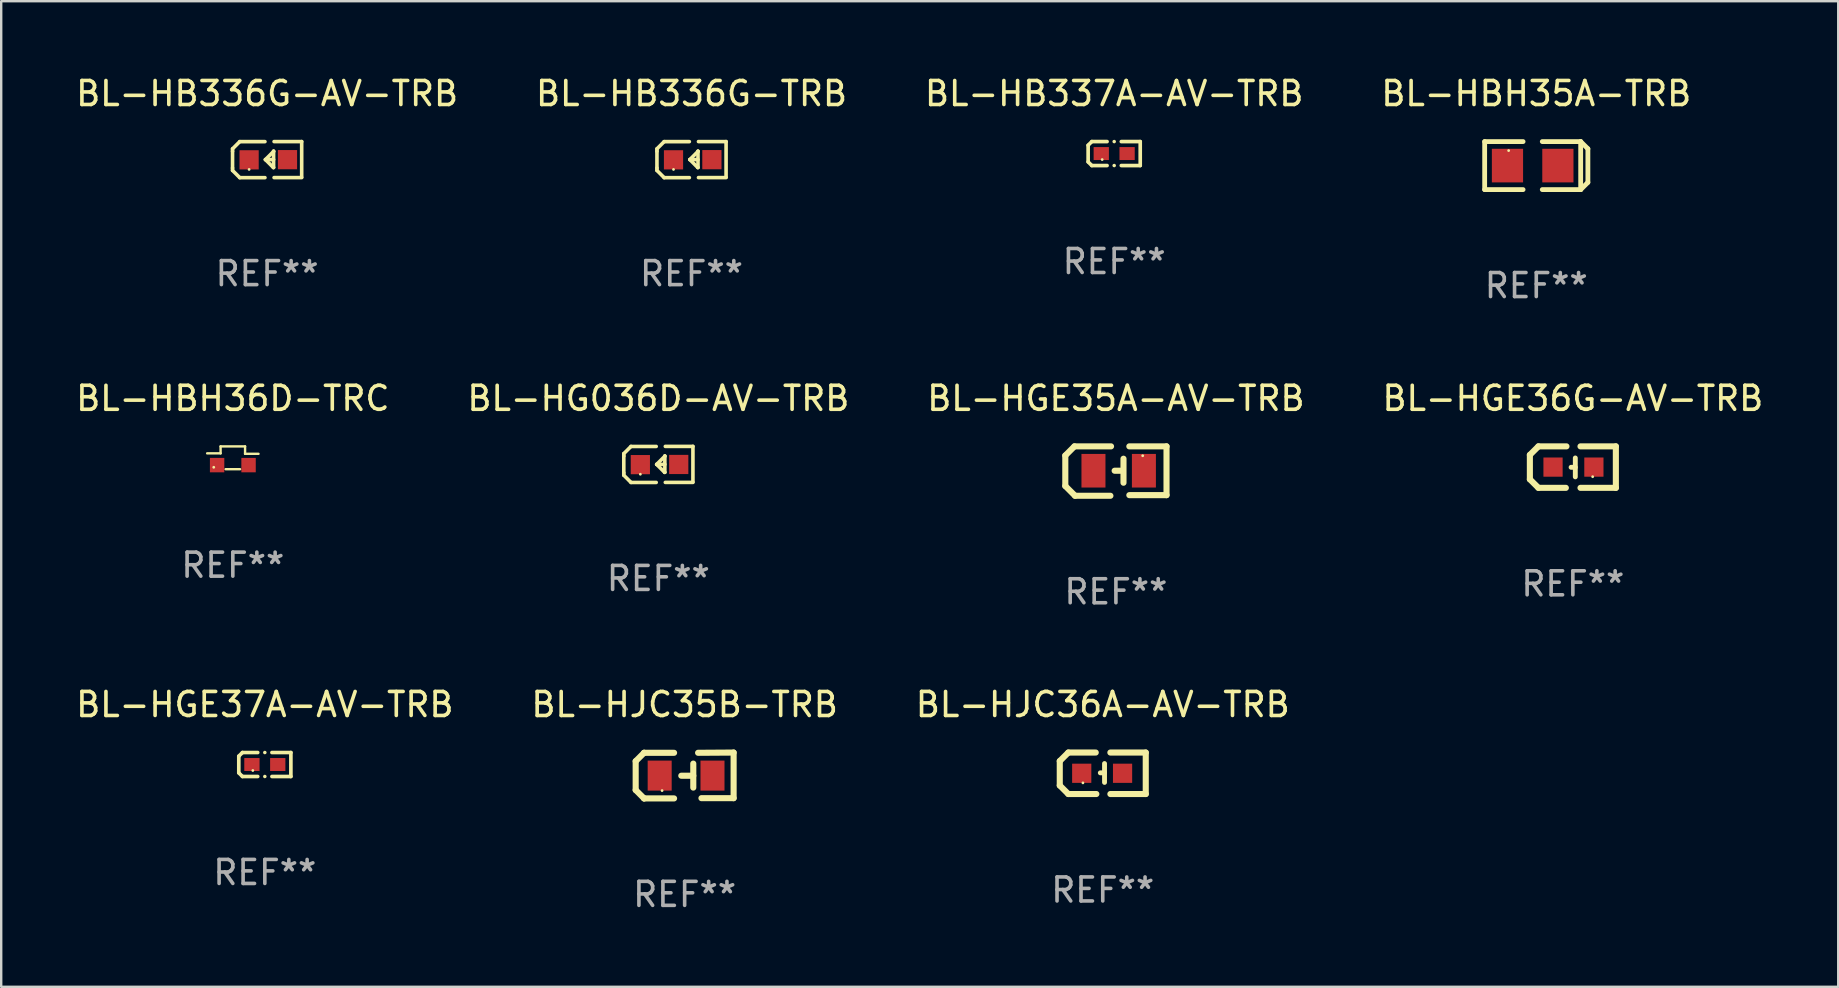
<source format=kicad_pcb>
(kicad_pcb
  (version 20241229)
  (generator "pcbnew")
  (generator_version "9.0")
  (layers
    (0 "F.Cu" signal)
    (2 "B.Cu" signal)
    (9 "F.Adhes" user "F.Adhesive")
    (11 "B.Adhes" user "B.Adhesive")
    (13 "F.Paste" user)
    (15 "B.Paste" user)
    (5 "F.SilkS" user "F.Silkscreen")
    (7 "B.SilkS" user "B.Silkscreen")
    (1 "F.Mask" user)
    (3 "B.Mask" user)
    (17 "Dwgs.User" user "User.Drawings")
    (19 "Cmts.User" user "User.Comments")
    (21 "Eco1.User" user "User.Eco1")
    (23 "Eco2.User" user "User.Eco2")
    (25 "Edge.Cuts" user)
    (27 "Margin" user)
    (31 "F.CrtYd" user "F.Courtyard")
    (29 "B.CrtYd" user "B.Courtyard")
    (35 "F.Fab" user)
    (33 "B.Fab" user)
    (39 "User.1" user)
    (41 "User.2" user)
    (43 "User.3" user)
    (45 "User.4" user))
  (footprint "BL-HBH35A-TRB"
    (layer "F.Cu")
    (at 60.946 3.848)
    (property "Reference" "BL-HBH35A-TRB" (at 0 -3 0) (layer "F.SilkS") (effects (font (size 1 1) (thickness 0.15))))
    (attr through_hole)
    (fp_line (start -2.15 -1) (end -0.55 -1) (stroke (width 0.2) (type solid)) (layer "F.SilkS"))
    (fp_line (start -2.15 1) (end -2.15 -1) (stroke (width 0.2) (type solid)) (layer "F.SilkS"))
    (fp_line (start -0.55 1) (end -2.15 1) (stroke (width 0.2) (type solid)) (layer "F.SilkS"))
    (fp_line (start 0.25 -1) (end 1.85 -1) (stroke (width 0.2) (type solid)) (layer "F.SilkS"))
    (fp_line (start 1.85 -1) (end 1.85 1) (stroke (width 0.2) (type solid)) (layer "F.SilkS"))
    (fp_line (start 1.85 -1) (end 2.15 -0.7) (stroke (width 0.2) (type solid)) (layer "F.SilkS"))
    (fp_line (start 1.85 1) (end 0.25 1) (stroke (width 0.2) (type solid)) (layer "F.SilkS"))
    (fp_line (start 2.15 -0.7) (end 2.15 0.7) (stroke (width 0.2) (type solid)) (layer "F.SilkS"))
    (fp_line (start 2.15 0.7) (end 1.85 1) (stroke (width 0.2) (type solid)) (layer "F.SilkS"))
    (fp_circle (center -1.151 -0.625) (end -1.121 -0.625) (stroke (width 0.06) (type solid)) (fill no) (layer "F.SilkS"))
    (fp_text user "REF**" (at 0 5 0) (layer "F.Fab") (effects (font (size 1 1) (thickness 0.15))))
    (pad "1" smd rect (at -1.2 -0.000102) (size 1.3 1.4) (layers "F.Cu" "F.Mask" "F.Paste"))
    (pad "2" smd rect (at 0.9 -0.000102) (size 1.3 1.4) (layers "F.Cu" "F.Mask" "F.Paste")))
  (footprint "BL-HJC36A-AV-TRB"
    (layer "F.Cu")
    (at 42.887 29.162)
    (property "Reference" "BL-HJC36A-AV-TRB" (at 0 -2.864 0) (layer "F.SilkS") (effects (font (size 1 1) (thickness 0.15))))
    (attr through_hole)
    (fp_line (start -1.791 -0.508) (end -1.791 0.508) (stroke (width 0.254) (type solid)) (layer "F.SilkS"))
    (fp_line (start -1.791 0.508) (end -1.435 0.864) (stroke (width 0.254) (type solid)) (layer "F.SilkS"))
    (fp_line (start -1.435 -0.864) (end -1.791 -0.508) (stroke (width 0.254) (type solid)) (layer "F.SilkS"))
    (fp_line (start -0.292 -0.864) (end -1.435 -0.864) (stroke (width 0.254) (type solid)) (layer "F.SilkS"))
    (fp_line (start -0.267 0.864) (end -1.435 0.864) (stroke (width 0.254) (type solid)) (layer "F.SilkS"))
    (fp_line (start 0.074 -0.018) (end -0.102 -0.018) (stroke (width 0.203) (type solid)) (layer "F.SilkS"))
    (fp_line (start 0.074 0.381) (end 0.074 -0.406) (stroke (width 0.203) (type solid)) (layer "F.SilkS"))
    (fp_line (start 1.791 -0.864) (end 0.317 -0.864) (stroke (width 0.254) (type solid)) (layer "F.SilkS"))
    (fp_line (start 1.791 -0.864) (end 1.791 0.864) (stroke (width 0.254) (type solid)) (layer "F.SilkS"))
    (fp_line (start 1.791 0.864) (end 0.317 0.864) (stroke (width 0.254) (type solid)) (layer "F.SilkS"))
    (fp_circle (center -0.826 0.4) (end -0.796 0.4) (stroke (width 0.06) (type solid)) (fill no) (layer "F.SilkS"))
    (fp_text user "REF**" (at 0 4.864 0) (layer "F.Fab") (effects (font (size 1 1) (thickness 0.15))))
    (pad "1" smd rect (at -0.876 0.000114 270) (size 0.8 0.8) (layers "F.Cu" "F.Mask" "F.Paste"))
    (pad "2" smd rect (at 0.825 0.000114 270) (size 0.8 0.8) (layers "F.Cu" "F.Mask" "F.Paste")))
  (footprint "BL-HB337A-AV-TRB"
    (layer "F.Cu")
    (at 43.363 3.347)
    (property "Reference" "BL-HB337A-AV-TRB" (at 0 -2.499 0) (layer "F.SilkS") (effects (font (size 1 1) (thickness 0.15))))
    (attr through_hole)
    (fp_line (start -1.085 -0.346) (end -0.933 -0.499) (stroke (width 0.152) (type solid)) (layer "F.SilkS"))
    (fp_line (start -1.085 0.346) (end -1.085 -0.346) (stroke (width 0.152) (type solid)) (layer "F.SilkS"))
    (fp_line (start -0.933 -0.499) (end -0.296 -0.499) (stroke (width 0.152) (type solid)) (layer "F.SilkS"))
    (fp_line (start -0.933 0.499) (end -1.085 0.346) (stroke (width 0.152) (type solid)) (layer "F.SilkS"))
    (fp_line (start -0.296 0.499) (end -0.933 0.499) (stroke (width 0.152) (type solid)) (layer "F.SilkS"))
    (fp_line (start 0.296 0.499) (end 1.085 0.499) (stroke (width 0.152) (type solid)) (layer "F.SilkS"))
    (fp_line (start 1.085 -0.499) (end 0.296 -0.499) (stroke (width 0.152) (type solid)) (layer "F.SilkS"))
    (fp_line (start 1.085 0.499) (end 1.085 -0.499) (stroke (width 0.152) (type solid)) (layer "F.SilkS"))
    (fp_circle (center -0.5 0.25) (end -0.47 0.25) (stroke (width 0.06) (type solid)) (fill no) (layer "F.SilkS"))
    (fp_circle (center 0 -0.499) (end 0.038 -0.499) (stroke (width 0.076) (type solid)) (fill no) (layer "F.SilkS"))
    (fp_circle (center 0 0.499) (end 0.038 0.499) (stroke (width 0.076) (type solid)) (fill no) (layer "F.SilkS"))
    (fp_text user "REF**" (at 0 4.499 0) (layer "F.Fab") (effects (font (size 1 1) (thickness 0.15))))
    (pad "1" smd rect (at -0.538 0) (size 0.636 0.54) (layers "F.Cu" "F.Mask" "F.Paste"))
    (pad "2" smd rect (at 0.538 0) (size 0.636 0.54) (layers "F.Cu" "F.Mask" "F.Paste")))
  (footprint "BL-HBH36D-TRC"
    (layer "F.Cu")
    (at 6.649 16.02)
    (property "Reference" "BL-HBH36D-TRC" (at 0 -2.475 0) (layer "F.SilkS") (effects (font (size 1 1) (thickness 0.15))))
    (attr through_hole)
    (fp_line (start -1.07 -0.185) (end -0.51 -0.185) (stroke (width 0.1) (type solid)) (layer "F.SilkS"))
    (fp_line (start -0.51 -0.475) (end 0.51 -0.475) (stroke (width 0.1) (type solid)) (layer "F.SilkS"))
    (fp_line (start -0.51 -0.185) (end -0.51 -0.475) (stroke (width 0.1) (type solid)) (layer "F.SilkS"))
    (fp_line (start -0.301 0.475) (end 0.301 0.475) (stroke (width 0.1) (type solid)) (layer "F.SilkS"))
    (fp_line (start 0.51 -0.475) (end 0.51 -0.165) (stroke (width 0.1) (type solid)) (layer "F.SilkS"))
    (fp_line (start 0.51 -0.165) (end 1.07 -0.165) (stroke (width 0.1) (type solid)) (layer "F.SilkS"))
    (fp_circle (center -0.795 0.395) (end -0.765 0.395) (stroke (width 0.06) (type solid)) (fill no) (layer "F.SilkS"))
    (fp_text user "REF**" (at 0 4.475 0) (layer "F.Fab") (effects (font (size 1 1) (thickness 0.15))))
    (pad "1" smd rect (at -0.655 0.305) (size 0.6 0.6) (layers "F.Cu" "F.Mask" "F.Paste"))
    (pad "2" smd rect (at 0.655 0.305) (size 0.6 0.6) (layers "F.Cu" "F.Mask" "F.Paste")))
  (footprint "BL-HJC35B-TRB"
    (layer "F.Cu")
    (at 25.47 29.254)
    (property "Reference" "BL-HJC35B-TRB" (at 0 -2.955 0) (layer "F.SilkS") (effects (font (size 1 1) (thickness 0.15))))
    (attr through_hole)
    (fp_line (start -2.04 -0.595) (end -2.04 0.605) (stroke (width 0.254) (type solid)) (layer "F.SilkS"))
    (fp_line (start -1.69 -0.945) (end -1.69 -0.945) (stroke (width 0.254) (type solid)) (layer "F.SilkS"))
    (fp_line (start -1.69 -0.945) (end -2.04 -0.595) (stroke (width 0.254) (type solid)) (layer "F.SilkS"))
    (fp_line (start -1.69 0.955) (end -2.04 0.605) (stroke (width 0.254) (type solid)) (layer "F.SilkS"))
    (fp_line (start -1.69 0.955) (end -1.69 0.955) (stroke (width 0.254) (type solid)) (layer "F.SilkS"))
    (fp_line (start -0.44 -0.945) (end -1.69 -0.945) (stroke (width 0.254) (type solid)) (layer "F.SilkS"))
    (fp_line (start -0.44 0.955) (end -1.69 0.955) (stroke (width 0.254) (type solid)) (layer "F.SilkS"))
    (fp_line (start 0.36 -0.495) (end 0.36 0.505) (stroke (width 0.254) (type solid)) (layer "F.SilkS"))
    (fp_line (start 0.36 0.01) (end -0.14 0.01) (stroke (width 0.254) (type solid)) (layer "F.SilkS"))
    (fp_line (start 0.56 -0.945) (end 2.04 -0.955) (stroke (width 0.254) (type solid)) (layer "F.SilkS"))
    (fp_line (start 0.7 0.945) (end 2.04 0.945) (stroke (width 0.254) (type solid)) (layer "F.SilkS"))
    (fp_line (start 2.04 -0.955) (end 2.04 0.945) (stroke (width 0.254) (type solid)) (layer "F.SilkS"))
    (fp_circle (center -0.94 0.63) (end -0.91 0.63) (stroke (width 0.06) (type solid)) (fill no) (layer "F.SilkS"))
    (fp_text user "REF**" (at 0 4.955 0) (layer "F.Fab") (effects (font (size 1 1) (thickness 0.15))))
    (pad "1" smd rect (at -1.04 0.005 180) (size 1 1.25) (layers "F.Cu" "F.Mask" "F.Paste"))
    (pad "2" smd rect (at 1.16 0.005 180) (size 1 1.25) (layers "F.Cu" "F.Mask" "F.Paste")))
  (footprint "BL-HG036D-AV-TRB"
    (layer "F.Cu")
    (at 24.375 16.296)
    (property "Reference" "BL-HG036D-AV-TRB" (at 0 -2.751 0) (layer "F.SilkS") (effects (font (size 1 1) (thickness 0.15))))
    (attr through_hole)
    (fp_line (start -1.44 -0.449) (end -1.14 -0.749) (stroke (width 0.15) (type solid)) (layer "F.SilkS"))
    (fp_line (start -1.44 -0.349) (end -1.44 -0.449) (stroke (width 0.15) (type solid)) (layer "F.SilkS"))
    (fp_line (start -1.44 -0.349) (end -1.44 0.351) (stroke (width 0.15) (type solid)) (layer "F.SilkS"))
    (fp_line (start -1.44 0.351) (end -1.44 0.451) (stroke (width 0.15) (type solid)) (layer "F.SilkS"))
    (fp_line (start -1.44 0.451) (end -1.14 0.751) (stroke (width 0.15) (type solid)) (layer "F.SilkS"))
    (fp_line (start -0.09 -0.749) (end -1.14 -0.749) (stroke (width 0.15) (type solid)) (layer "F.SilkS"))
    (fp_line (start -0.09 0.751) (end -1.14 0.751) (stroke (width 0.15) (type solid)) (layer "F.SilkS"))
    (fp_line (start 0.26 0.329) (end -0.07 -0.001) (stroke (width 0.15) (type solid)) (layer "F.SilkS"))
    (fp_line (start 0.27 -0.351) (end 0.27 -0.341) (stroke (width 0.15) (type solid)) (layer "F.SilkS"))
    (fp_line (start 0.27 -0.351) (end 0.27 0.329) (stroke (width 0.15) (type solid)) (layer "F.SilkS"))
    (fp_line (start 0.27 -0.341) (end -0.07 -0.001) (stroke (width 0.15) (type solid)) (layer "F.SilkS"))
    (fp_line (start 0.27 -0.001) (end -0.07 -0.001) (stroke (width 0.15) (type solid)) (layer "F.SilkS"))
    (fp_line (start 0.27 0.329) (end 0.26 0.329) (stroke (width 0.15) (type solid)) (layer "F.SilkS"))
    (fp_line (start 0.29 -0.751) (end 1.44 -0.751) (stroke (width 0.15) (type solid)) (layer "F.SilkS"))
    (fp_line (start 0.29 0.749) (end 1.44 0.749) (stroke (width 0.15) (type solid)) (layer "F.SilkS"))
    (fp_line (start 1.44 -0.751) (end 1.44 0.729) (stroke (width 0.15) (type solid)) (layer "F.SilkS"))
    (fp_circle (center -0.75 0.409) (end -0.72 0.409) (stroke (width 0.06) (type solid)) (fill no) (layer "F.SilkS"))
    (fp_text user "REF**" (at 0 4.751 0) (layer "F.Fab") (effects (font (size 1 1) (thickness 0.15))))
    (pad "1" smd rect (at -0.75 0.009 90) (size 0.8 0.8) (layers "F.Cu" "F.Mask" "F.Paste"))
    (pad "2" smd rect (at 0.849 0.002 90) (size 0.8 0.8) (layers "F.Cu" "F.Mask" "F.Paste")))
  (footprint "BL-HGE37A-AV-TRB"
    (layer "F.Cu")
    (at 7.982 28.797)
    (property "Reference" "BL-HGE37A-AV-TRB" (at 0 -2.499 0) (layer "F.SilkS") (effects (font (size 1 1) (thickness 0.15))))
    (attr through_hole)
    (fp_line (start -1.085 -0.346) (end -0.933 -0.499) (stroke (width 0.152) (type solid)) (layer "F.SilkS"))
    (fp_line (start -1.085 0.346) (end -1.085 -0.346) (stroke (width 0.152) (type solid)) (layer "F.SilkS"))
    (fp_line (start -0.933 -0.499) (end -0.296 -0.499) (stroke (width 0.152) (type solid)) (layer "F.SilkS"))
    (fp_line (start -0.933 0.499) (end -1.085 0.346) (stroke (width 0.152) (type solid)) (layer "F.SilkS"))
    (fp_line (start -0.296 0.499) (end -0.933 0.499) (stroke (width 0.152) (type solid)) (layer "F.SilkS"))
    (fp_line (start 0.296 0.499) (end 1.085 0.499) (stroke (width 0.152) (type solid)) (layer "F.SilkS"))
    (fp_line (start 1.085 -0.499) (end 0.296 -0.499) (stroke (width 0.152) (type solid)) (layer "F.SilkS"))
    (fp_line (start 1.085 0.499) (end 1.085 -0.499) (stroke (width 0.152) (type solid)) (layer "F.SilkS"))
    (fp_circle (center -0.5 0.25) (end -0.47 0.25) (stroke (width 0.06) (type solid)) (fill no) (layer "F.SilkS"))
    (fp_circle (center 0 -0.499) (end 0.038 -0.499) (stroke (width 0.076) (type solid)) (fill no) (layer "F.SilkS"))
    (fp_circle (center 0 0.499) (end 0.038 0.499) (stroke (width 0.076) (type solid)) (fill no) (layer "F.SilkS"))
    (fp_text user "REF**" (at 0 4.499 0) (layer "F.Fab") (effects (font (size 1 1) (thickness 0.15))))
    (pad "1" smd rect (at -0.538 0) (size 0.636 0.54) (layers "F.Cu" "F.Mask" "F.Paste"))
    (pad "2" smd rect (at 0.538 0) (size 0.636 0.54) (layers "F.Cu" "F.Mask" "F.Paste")))
  (footprint "BL-HB336G-TRB"
    (layer "F.Cu")
    (at 25.756 3.599)
    (property "Reference" "BL-HB336G-TRB" (at 0 -2.751 0) (layer "F.SilkS") (effects (font (size 1 1) (thickness 0.15))))
    (attr through_hole)
    (fp_line (start -1.44 -0.449) (end -1.14 -0.749) (stroke (width 0.15) (type solid)) (layer "F.SilkS"))
    (fp_line (start -1.44 -0.349) (end -1.44 -0.449) (stroke (width 0.15) (type solid)) (layer "F.SilkS"))
    (fp_line (start -1.44 -0.349) (end -1.44 0.351) (stroke (width 0.15) (type solid)) (layer "F.SilkS"))
    (fp_line (start -1.44 0.351) (end -1.44 0.451) (stroke (width 0.15) (type solid)) (layer "F.SilkS"))
    (fp_line (start -1.44 0.451) (end -1.14 0.751) (stroke (width 0.15) (type solid)) (layer "F.SilkS"))
    (fp_line (start -0.09 -0.749) (end -1.14 -0.749) (stroke (width 0.15) (type solid)) (layer "F.SilkS"))
    (fp_line (start -0.09 0.751) (end -1.14 0.751) (stroke (width 0.15) (type solid)) (layer "F.SilkS"))
    (fp_line (start 0.26 0.329) (end -0.07 -0.001) (stroke (width 0.15) (type solid)) (layer "F.SilkS"))
    (fp_line (start 0.27 -0.351) (end 0.27 -0.341) (stroke (width 0.15) (type solid)) (layer "F.SilkS"))
    (fp_line (start 0.27 -0.351) (end 0.27 0.329) (stroke (width 0.15) (type solid)) (layer "F.SilkS"))
    (fp_line (start 0.27 -0.341) (end -0.07 -0.001) (stroke (width 0.15) (type solid)) (layer "F.SilkS"))
    (fp_line (start 0.27 -0.001) (end -0.07 -0.001) (stroke (width 0.15) (type solid)) (layer "F.SilkS"))
    (fp_line (start 0.27 0.329) (end 0.26 0.329) (stroke (width 0.15) (type solid)) (layer "F.SilkS"))
    (fp_line (start 0.29 -0.751) (end 1.44 -0.751) (stroke (width 0.15) (type solid)) (layer "F.SilkS"))
    (fp_line (start 0.29 0.749) (end 1.44 0.749) (stroke (width 0.15) (type solid)) (layer "F.SilkS"))
    (fp_line (start 1.44 -0.751) (end 1.44 0.729) (stroke (width 0.15) (type solid)) (layer "F.SilkS"))
    (fp_circle (center -0.75 0.409) (end -0.72 0.409) (stroke (width 0.06) (type solid)) (fill no) (layer "F.SilkS"))
    (fp_text user "REF**" (at 0 4.751 0) (layer "F.Fab") (effects (font (size 1 1) (thickness 0.15))))
    (pad "1" smd rect (at -0.75 0.009 90) (size 0.8 0.8) (layers "F.Cu" "F.Mask" "F.Paste"))
    (pad "2" smd rect (at 0.849 0.002 90) (size 0.8 0.8) (layers "F.Cu" "F.Mask" "F.Paste")))
  (footprint "BL-HGE35A-AV-TRB"
    (layer "F.Cu")
    (at 43.435 16.573)
    (property "Reference" "BL-HGE35A-AV-TRB" (at 0 -3.029 0) (layer "F.SilkS") (effects (font (size 1 1) (thickness 0.15))))
    (attr through_hole)
    (fp_line (start -2.108 -0.648) (end -1.727 -1.029) (stroke (width 0.254) (type solid)) (layer "F.SilkS"))
    (fp_line (start -2.108 0.622) (end -2.108 -0.648) (stroke (width 0.254) (type solid)) (layer "F.SilkS"))
    (fp_line (start -1.727 -1.029) (end -0.203 -1.029) (stroke (width 0.254) (type solid)) (layer "F.SilkS"))
    (fp_line (start -1.702 1.029) (end -2.108 0.622) (stroke (width 0.254) (type solid)) (layer "F.SilkS"))
    (fp_line (start -0.229 1.029) (end -1.702 1.029) (stroke (width 0.254) (type solid)) (layer "F.SilkS"))
    (fp_line (start 0.216 -0.014) (end -0.053 -0.014) (stroke (width 0.254) (type solid)) (layer "F.SilkS"))
    (fp_line (start 0.316 -0.514) (end 0.316 0.486) (stroke (width 0.254) (type solid)) (layer "F.SilkS"))
    (fp_line (start 0.559 1.003) (end 2.108 1.003) (stroke (width 0.254) (type solid)) (layer "F.SilkS"))
    (fp_line (start 2.108 -1.029) (end 0.559 -1.029) (stroke (width 0.254) (type solid)) (layer "F.SilkS"))
    (fp_line (start 2.108 1.003) (end 2.108 -1.029) (stroke (width 0.254) (type solid)) (layer "F.SilkS"))
    (fp_circle (center 1.116 -0.639) (end 1.146 -0.639) (stroke (width 0.06) (type solid)) (fill no) (layer "F.SilkS"))
    (fp_text user "REF**" (at 0 5.029 0) (layer "F.Fab") (effects (font (size 1 1) (thickness 0.15))))
    (pad "1" smd rect (at 1.166 -0.014 180) (size 1 1.4) (layers "F.Cu" "F.Mask" "F.Paste"))
    (pad "2" smd rect (at -0.935 -0.014 180) (size 1 1.4) (layers "F.Cu" "F.Mask" "F.Paste")))
  (footprint "BL-HB336G-AV-TRB"
    (layer "F.Cu")
    (at 8.077 3.599)
    (property "Reference" "BL-HB336G-AV-TRB" (at 0 -2.751 0) (layer "F.SilkS") (effects (font (size 1 1) (thickness 0.15))))
    (attr through_hole)
    (fp_line (start -1.44 -0.449) (end -1.14 -0.749) (stroke (width 0.15) (type solid)) (layer "F.SilkS"))
    (fp_line (start -1.44 -0.349) (end -1.44 -0.449) (stroke (width 0.15) (type solid)) (layer "F.SilkS"))
    (fp_line (start -1.44 -0.349) (end -1.44 0.351) (stroke (width 0.15) (type solid)) (layer "F.SilkS"))
    (fp_line (start -1.44 0.351) (end -1.44 0.451) (stroke (width 0.15) (type solid)) (layer "F.SilkS"))
    (fp_line (start -1.44 0.451) (end -1.14 0.751) (stroke (width 0.15) (type solid)) (layer "F.SilkS"))
    (fp_line (start -0.09 -0.749) (end -1.14 -0.749) (stroke (width 0.15) (type solid)) (layer "F.SilkS"))
    (fp_line (start -0.09 0.751) (end -1.14 0.751) (stroke (width 0.15) (type solid)) (layer "F.SilkS"))
    (fp_line (start 0.26 0.329) (end -0.07 -0.001) (stroke (width 0.15) (type solid)) (layer "F.SilkS"))
    (fp_line (start 0.27 -0.351) (end 0.27 -0.341) (stroke (width 0.15) (type solid)) (layer "F.SilkS"))
    (fp_line (start 0.27 -0.351) (end 0.27 0.329) (stroke (width 0.15) (type solid)) (layer "F.SilkS"))
    (fp_line (start 0.27 -0.341) (end -0.07 -0.001) (stroke (width 0.15) (type solid)) (layer "F.SilkS"))
    (fp_line (start 0.27 -0.001) (end -0.07 -0.001) (stroke (width 0.15) (type solid)) (layer "F.SilkS"))
    (fp_line (start 0.27 0.329) (end 0.26 0.329) (stroke (width 0.15) (type solid)) (layer "F.SilkS"))
    (fp_line (start 0.29 -0.751) (end 1.44 -0.751) (stroke (width 0.15) (type solid)) (layer "F.SilkS"))
    (fp_line (start 0.29 0.749) (end 1.44 0.749) (stroke (width 0.15) (type solid)) (layer "F.SilkS"))
    (fp_line (start 1.44 -0.751) (end 1.44 0.729) (stroke (width 0.15) (type solid)) (layer "F.SilkS"))
    (fp_circle (center -0.75 0.409) (end -0.72 0.409) (stroke (width 0.06) (type solid)) (fill no) (layer "F.SilkS"))
    (fp_text user "REF**" (at 0 4.751 0) (layer "F.Fab") (effects (font (size 1 1) (thickness 0.15))))
    (pad "1" smd rect (at -0.75 0.009 90) (size 0.8 0.8) (layers "F.Cu" "F.Mask" "F.Paste"))
    (pad "2" smd rect (at 0.849 0.002 90) (size 0.8 0.8) (layers "F.Cu" "F.Mask" "F.Paste")))
  (footprint "BL-HGE36G-AV-TRB"
    (layer "F.Cu")
    (at 62.47 16.408)
    (property "Reference" "BL-HGE36G-AV-TRB" (at 0 -2.864 0) (layer "F.SilkS") (effects (font (size 1 1) (thickness 0.15))))
    (attr through_hole)
    (fp_line (start -1.791 -0.508) (end -1.435 -0.864) (stroke (width 0.254) (type solid)) (layer "F.SilkS"))
    (fp_line (start -1.791 0.508) (end -1.791 -0.508) (stroke (width 0.254) (type solid)) (layer "F.SilkS"))
    (fp_line (start -1.435 0.864) (end -1.791 0.508) (stroke (width 0.254) (type solid)) (layer "F.SilkS"))
    (fp_line (start -0.292 0.864) (end -1.435 0.864) (stroke (width 0.254) (type solid)) (layer "F.SilkS"))
    (fp_line (start -0.267 -0.864) (end -1.435 -0.864) (stroke (width 0.254) (type solid)) (layer "F.SilkS"))
    (fp_line (start 0.102 0.008) (end -0.074 0.008) (stroke (width 0.203) (type solid)) (layer "F.SilkS"))
    (fp_line (start 0.102 0.406) (end 0.102 -0.381) (stroke (width 0.203) (type solid)) (layer "F.SilkS"))
    (fp_line (start 1.791 -0.864) (end 0.318 -0.864) (stroke (width 0.254) (type solid)) (layer "F.SilkS"))
    (fp_line (start 1.791 0.864) (end 0.318 0.864) (stroke (width 0.254) (type solid)) (layer "F.SilkS"))
    (fp_line (start 1.791 0.864) (end 1.791 -0.864) (stroke (width 0.254) (type solid)) (layer "F.SilkS"))
    (fp_circle (center 0.825 0.4) (end 0.855 0.4) (stroke (width 0.06) (type solid)) (fill no) (layer "F.SilkS"))
    (fp_text user "REF**" (at 0 4.864 0) (layer "F.Fab") (effects (font (size 1 1) (thickness 0.15))))
    (pad "1" smd rect (at 0.876 0 90) (size 0.8 0.8) (layers "F.Cu" "F.Mask" "F.Paste"))
    (pad "2" smd rect (at -0.826 0 90) (size 0.8 0.8) (layers "F.Cu" "F.Mask" "F.Paste")))
  (gr_rect
    (start -3 -3)
    (end 73.524 38.057)
    (stroke (width 0.1) (type default))
    (fill no)
    (layer "Edge.Cuts")))
</source>
